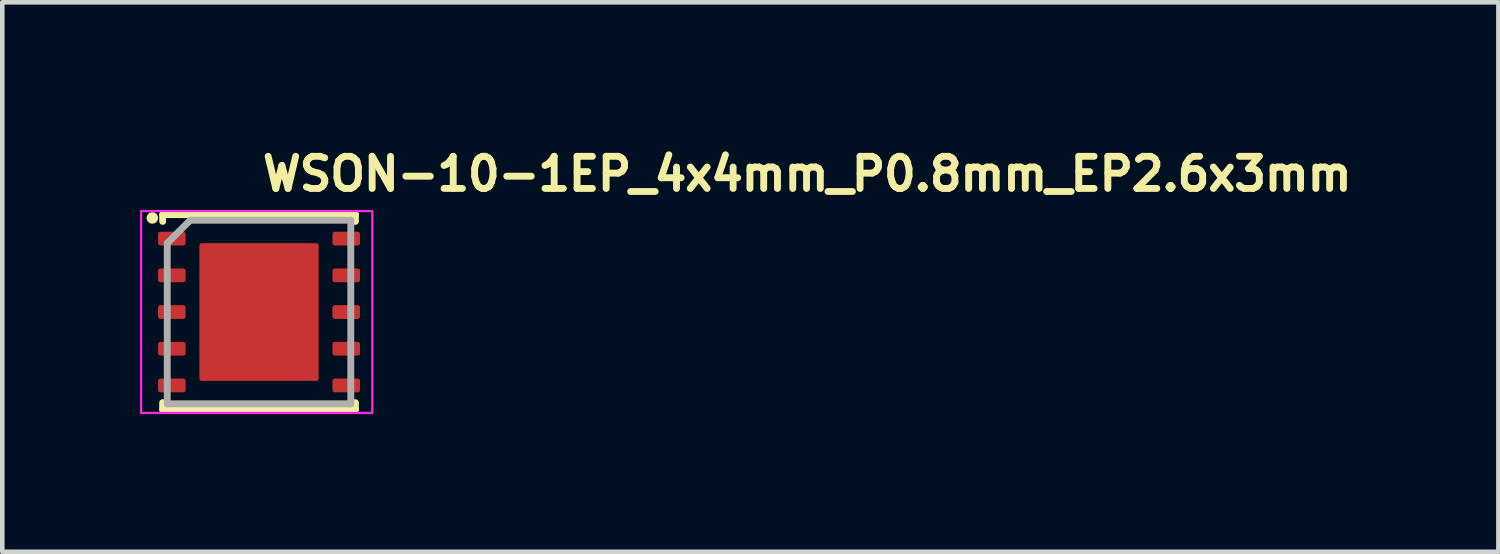
<source format=kicad_pcb>
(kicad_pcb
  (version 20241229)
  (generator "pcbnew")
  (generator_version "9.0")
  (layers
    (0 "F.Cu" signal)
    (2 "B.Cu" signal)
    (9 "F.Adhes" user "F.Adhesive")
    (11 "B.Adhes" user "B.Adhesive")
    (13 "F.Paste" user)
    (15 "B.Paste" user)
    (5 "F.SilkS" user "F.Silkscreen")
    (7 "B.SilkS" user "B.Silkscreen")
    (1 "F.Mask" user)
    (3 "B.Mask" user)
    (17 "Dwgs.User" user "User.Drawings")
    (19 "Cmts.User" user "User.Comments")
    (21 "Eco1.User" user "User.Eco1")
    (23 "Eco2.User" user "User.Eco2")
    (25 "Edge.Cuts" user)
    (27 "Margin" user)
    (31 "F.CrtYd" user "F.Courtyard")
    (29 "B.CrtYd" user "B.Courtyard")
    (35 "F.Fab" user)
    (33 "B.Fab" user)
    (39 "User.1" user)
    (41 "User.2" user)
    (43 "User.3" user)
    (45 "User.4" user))
  (footprint "WSON-10-1EP_4x4mm_P0.8mm_EP2.6x3mm"
    (layer "F.Cu")
    (at 2.595 3.75)
    (property "Reference" "WSON-10-1EP_4x4mm_P0.8mm_EP2.6x3mm" (at 0 -2.6 180) (layer "F.SilkS") (effects (font (size 0.7 0.7) (thickness 0.15)) (justify left bottom)))
    (attr smd)
    (fp_line (start -2.1 -2.123) (end -2.1 -1.975) (stroke (width 0.15) (type solid)) (layer "F.SilkS"))
    (fp_line (start -2.1 -2.123) (end 2.1 -2.123) (stroke (width 0.15) (type solid)) (layer "F.SilkS"))
    (fp_line (start -2.1 2.123) (end -2.1 1.975) (stroke (width 0.15) (type solid)) (layer "F.SilkS"))
    (fp_line (start 2.1 -2.123) (end 2.1 -1.975) (stroke (width 0.15) (type solid)) (layer "F.SilkS"))
    (fp_line (start 2.1 2.122) (end -2.1 2.122) (stroke (width 0.15) (type solid)) (layer "F.SilkS"))
    (fp_line (start 2.1 2.122) (end 2.1 1.975) (stroke (width 0.15) (type solid)) (layer "F.SilkS"))
    (fp_circle (center -2.325 -2.05) (end -2.275 -2.05) (stroke (width 0.15) (type solid)) (fill yes) (layer "F.SilkS"))
    (fp_rect (start -2.57 -2.2) (end 2.469 2.2) (stroke (width 0.05) (type solid)) (fill no) (layer "F.CrtYd"))
    (fp_line (start -2 -1.5) (end -1.5 -2) (stroke (width 0.15) (type solid)) (layer "F.Fab"))
    (fp_line (start -2 2) (end -2 -1.5) (stroke (width 0.15) (type solid)) (layer "F.Fab"))
    (fp_line (start -1.5 -2) (end 2 -2) (stroke (width 0.15) (type solid)) (layer "F.Fab"))
    (fp_line (start 2 -2) (end 2 2) (stroke (width 0.15) (type solid)) (layer "F.Fab"))
    (fp_line (start 2 2) (end -2 2) (stroke (width 0.15) (type solid)) (layer "F.Fab"))
    (fp_rect (start -2.02 -2) (end 2.02 2) (stroke (width 0.15) (type solid)) (fill no) (layer "User.5"))
    (fp_line (start -2.02 -1.75) (end -2.02 -1.45) (stroke (width 0.02) (type solid)) (layer "User.9"))
    (fp_line (start -2.02 -0.951) (end -2.02 -0.651) (stroke (width 0.02) (type solid)) (layer "User.9"))
    (fp_line (start -2.02 -0.15) (end -2.02 0.149) (stroke (width 0.02) (type solid)) (layer "User.9"))
    (fp_line (start -2.02 0.65) (end -2.02 0.95) (stroke (width 0.02) (type solid)) (layer "User.9"))
    (fp_line (start -2.02 1.449) (end -2.02 1.749) (stroke (width 0.02) (type solid)) (layer "User.9"))
    (fp_line (start -2 -1.75) (end -2.02 -1.75) (stroke (width 0.02) (type solid)) (layer "User.9"))
    (fp_line (start -2 -1.45) (end -2.02 -1.45) (stroke (width 0.02) (type solid)) (layer "User.9"))
    (fp_line (start -2 -0.951) (end -2.02 -0.951) (stroke (width 0.02) (type solid)) (layer "User.9"))
    (fp_line (start -2 -0.651) (end -2.02 -0.651) (stroke (width 0.02) (type solid)) (layer "User.9"))
    (fp_line (start -2 -0.15) (end -2.02 -0.15) (stroke (width 0.02) (type solid)) (layer "User.9"))
    (fp_line (start -2 0.149) (end -2.02 0.149) (stroke (width 0.02) (type solid)) (layer "User.9"))
    (fp_line (start -2 0.65) (end -2.02 0.65) (stroke (width 0.02) (type solid)) (layer "User.9"))
    (fp_line (start -2 0.95) (end -2.02 0.95) (stroke (width 0.02) (type solid)) (layer "User.9"))
    (fp_line (start -2 1.449) (end -2.02 1.449) (stroke (width 0.02) (type solid)) (layer "User.9"))
    (fp_line (start -2 1.749) (end -2.02 1.749) (stroke (width 0.02) (type solid)) (layer "User.9"))
    (fp_line (start 1.999 -1.75) (end 2.019 -1.75) (stroke (width 0.02) (type solid)) (layer "User.9"))
    (fp_line (start 1.999 -1.45) (end 2.019 -1.45) (stroke (width 0.02) (type solid)) (layer "User.9"))
    (fp_line (start 1.999 -0.951) (end 2.019 -0.951) (stroke (width 0.02) (type solid)) (layer "User.9"))
    (fp_line (start 1.999 -0.651) (end 2.019 -0.651) (stroke (width 0.02) (type solid)) (layer "User.9"))
    (fp_line (start 1.999 -0.15) (end 2.019 -0.15) (stroke (width 0.02) (type solid)) (layer "User.9"))
    (fp_line (start 1.999 0.149) (end 2.019 0.149) (stroke (width 0.02) (type solid)) (layer "User.9"))
    (fp_line (start 1.999 0.95) (end 2.019 0.95) (stroke (width 0.02) (type solid)) (layer "User.9"))
    (fp_line (start 1.999 1.449) (end 2.019 1.449) (stroke (width 0.02) (type solid)) (layer "User.9"))
    (fp_line (start 1.999 1.749) (end 2.019 1.749) (stroke (width 0.02) (type solid)) (layer "User.9"))
    (fp_line (start 2.019 -1.45) (end 2.019 -1.75) (stroke (width 0.02) (type solid)) (layer "User.9"))
    (fp_line (start 2.019 -0.651) (end 2.019 -0.951) (stroke (width 0.02) (type solid)) (layer "User.9"))
    (fp_line (start 2.019 0.149) (end 2.019 -0.15) (stroke (width 0.02) (type solid)) (layer "User.9"))
    (fp_line (start 2.019 0.65) (end 1.999 0.65) (stroke (width 0.02) (type solid)) (layer "User.9"))
    (fp_line (start 2.019 0.95) (end 2.019 0.65) (stroke (width 0.02) (type solid)) (layer "User.9"))
    (fp_line (start 2.019 1.749) (end 2.019 1.449) (stroke (width 0.02) (type solid)) (layer "User.9"))
    (fp_rect (start -2 -2) (end 2 2) (stroke (width 0.02) (type solid)) (fill no) (layer "User.9"))
    (fp_circle (center -1.498 -1.551) (end -1.36 -1.555) (stroke (width 0.02) (type solid)) (fill no) (layer "User.9"))
    (pad "1" smd roundrect (at -1.9 -1.6 90) (size 0.3 0.6) (layers "F.Cu" "F.Mask" "F.Paste") (roundrect_rratio 0.167))
    (pad "2" smd roundrect (at -1.9 -0.8 90) (size 0.3 0.6) (layers "F.Cu" "F.Mask" "F.Paste") (roundrect_rratio 0.167))
    (pad "3" smd roundrect (at -1.9 0 90) (size 0.3 0.6) (layers "F.Cu" "F.Mask" "F.Paste") (roundrect_rratio 0.167))
    (pad "4" smd roundrect (at -1.9 0.8 90) (size 0.3 0.6) (layers "F.Cu" "F.Mask" "F.Paste") (roundrect_rratio 0.167))
    (pad "5" smd roundrect (at -1.9 1.6 90) (size 0.3 0.6) (layers "F.Cu" "F.Mask" "F.Paste") (roundrect_rratio 0.167))
    (pad "6" smd roundrect (at 1.9 1.6 90) (size 0.3 0.6) (layers "F.Cu" "F.Mask" "F.Paste") (roundrect_rratio 0.167))
    (pad "7" smd roundrect (at 1.9 0.8 90) (size 0.3 0.6) (layers "F.Cu" "F.Mask" "F.Paste") (roundrect_rratio 0.167))
    (pad "8" smd roundrect (at 1.9 0 90) (size 0.3 0.6) (layers "F.Cu" "F.Mask" "F.Paste") (roundrect_rratio 0.167))
    (pad "9" smd roundrect (at 1.9 -0.8 90) (size 0.3 0.6) (layers "F.Cu" "F.Mask" "F.Paste") (roundrect_rratio 0.167))
    (pad "10" smd roundrect (at 1.9 -1.6 90) (size 0.3 0.6) (layers "F.Cu" "F.Mask" "F.Paste") (roundrect_rratio 0.167))
    (pad "11" smd roundrect (at 0 0) (size 2.6 3) (layers "F.Cu" "F.Mask" "F.Paste") (roundrect_rratio 0.019)))
  (gr_rect
    (start -3 -3)
    (end 29.605 8.975)
    (stroke (width 0.1) (type default))
    (fill no)
    (layer "Edge.Cuts")))
</source>
